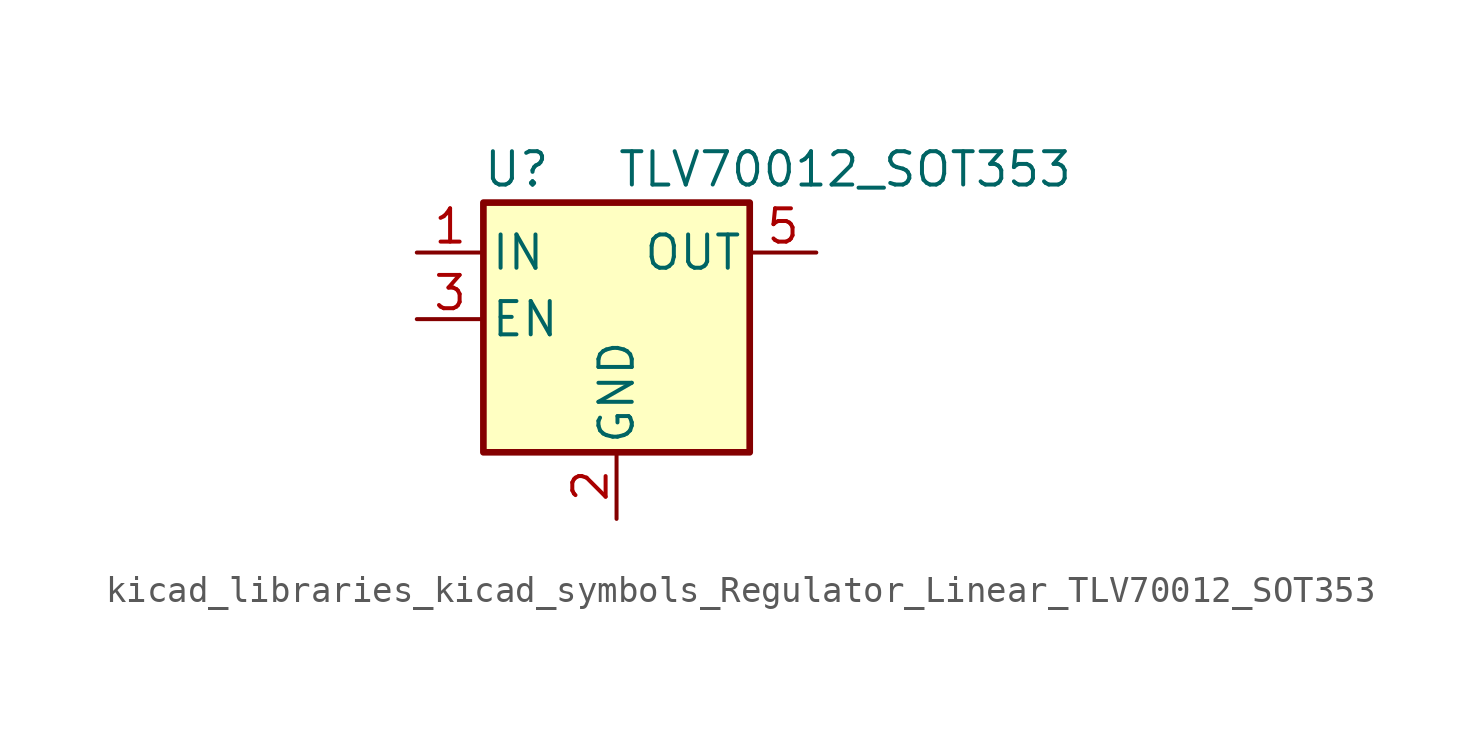
<source format=kicad_sym>
(kicad_symbol_lib
  (version 20220914)
  (generator kicad_symbol_editor)
  (symbol "kicad_libraries_kicad_symbols_Regulator_Linear_TLV70012_SOT353"
    (pin_names
      (offset 0.254))
    (property "Reference" "U"
      (at -3.81 5.715 0)
      (effects (font (size 1.27 1.27))))
    (property "Value" "TLV70012_SOT353"
      (at 0 5.715 0)
      (effects (font (size 1.27 1.27)) (justify left)))
    (symbol "kicad_libraries_kicad_symbols_Regulator_Linear_TLV70012_SOT353_0_1"
      (rectangle (start -5.08 4.445) (end 5.08 -5.08) (stroke (width 0.254) (type default)) (fill (type background))))
    (symbol "kicad_libraries_kicad_symbols_Regulator_Linear_TLV70012_SOT353_1_1"
      (pin power_in line (at -7.62 2.54 0) (length 2.54) (name "IN" (effects (font (size 1.27 1.27)))) (number "1" (effects (font (size 1.27 1.27)))))
      (pin power_in line (at 0 -7.62 90) (length 2.54) (name "GND" (effects (font (size 1.27 1.27)))) (number "2" (effects (font (size 1.27 1.27)))))
      (pin input line (at -7.62 0 0) (length 2.54) (name "EN" (effects (font (size 1.27 1.27)))) (number "3" (effects (font (size 1.27 1.27)))))
      (pin no_connect line (at 5.08 0 180) (length 2.54) hide (name "NC" (effects (font (size 1.27 1.27)))) (number "4" (effects (font (size 1.27 1.27)))))
      (pin power_out line (at 7.62 2.54 180) (length 2.54) (name "OUT" (effects (font (size 1.27 1.27)))) (number "5" (effects (font (size 1.27 1.27))))))))
</source>
